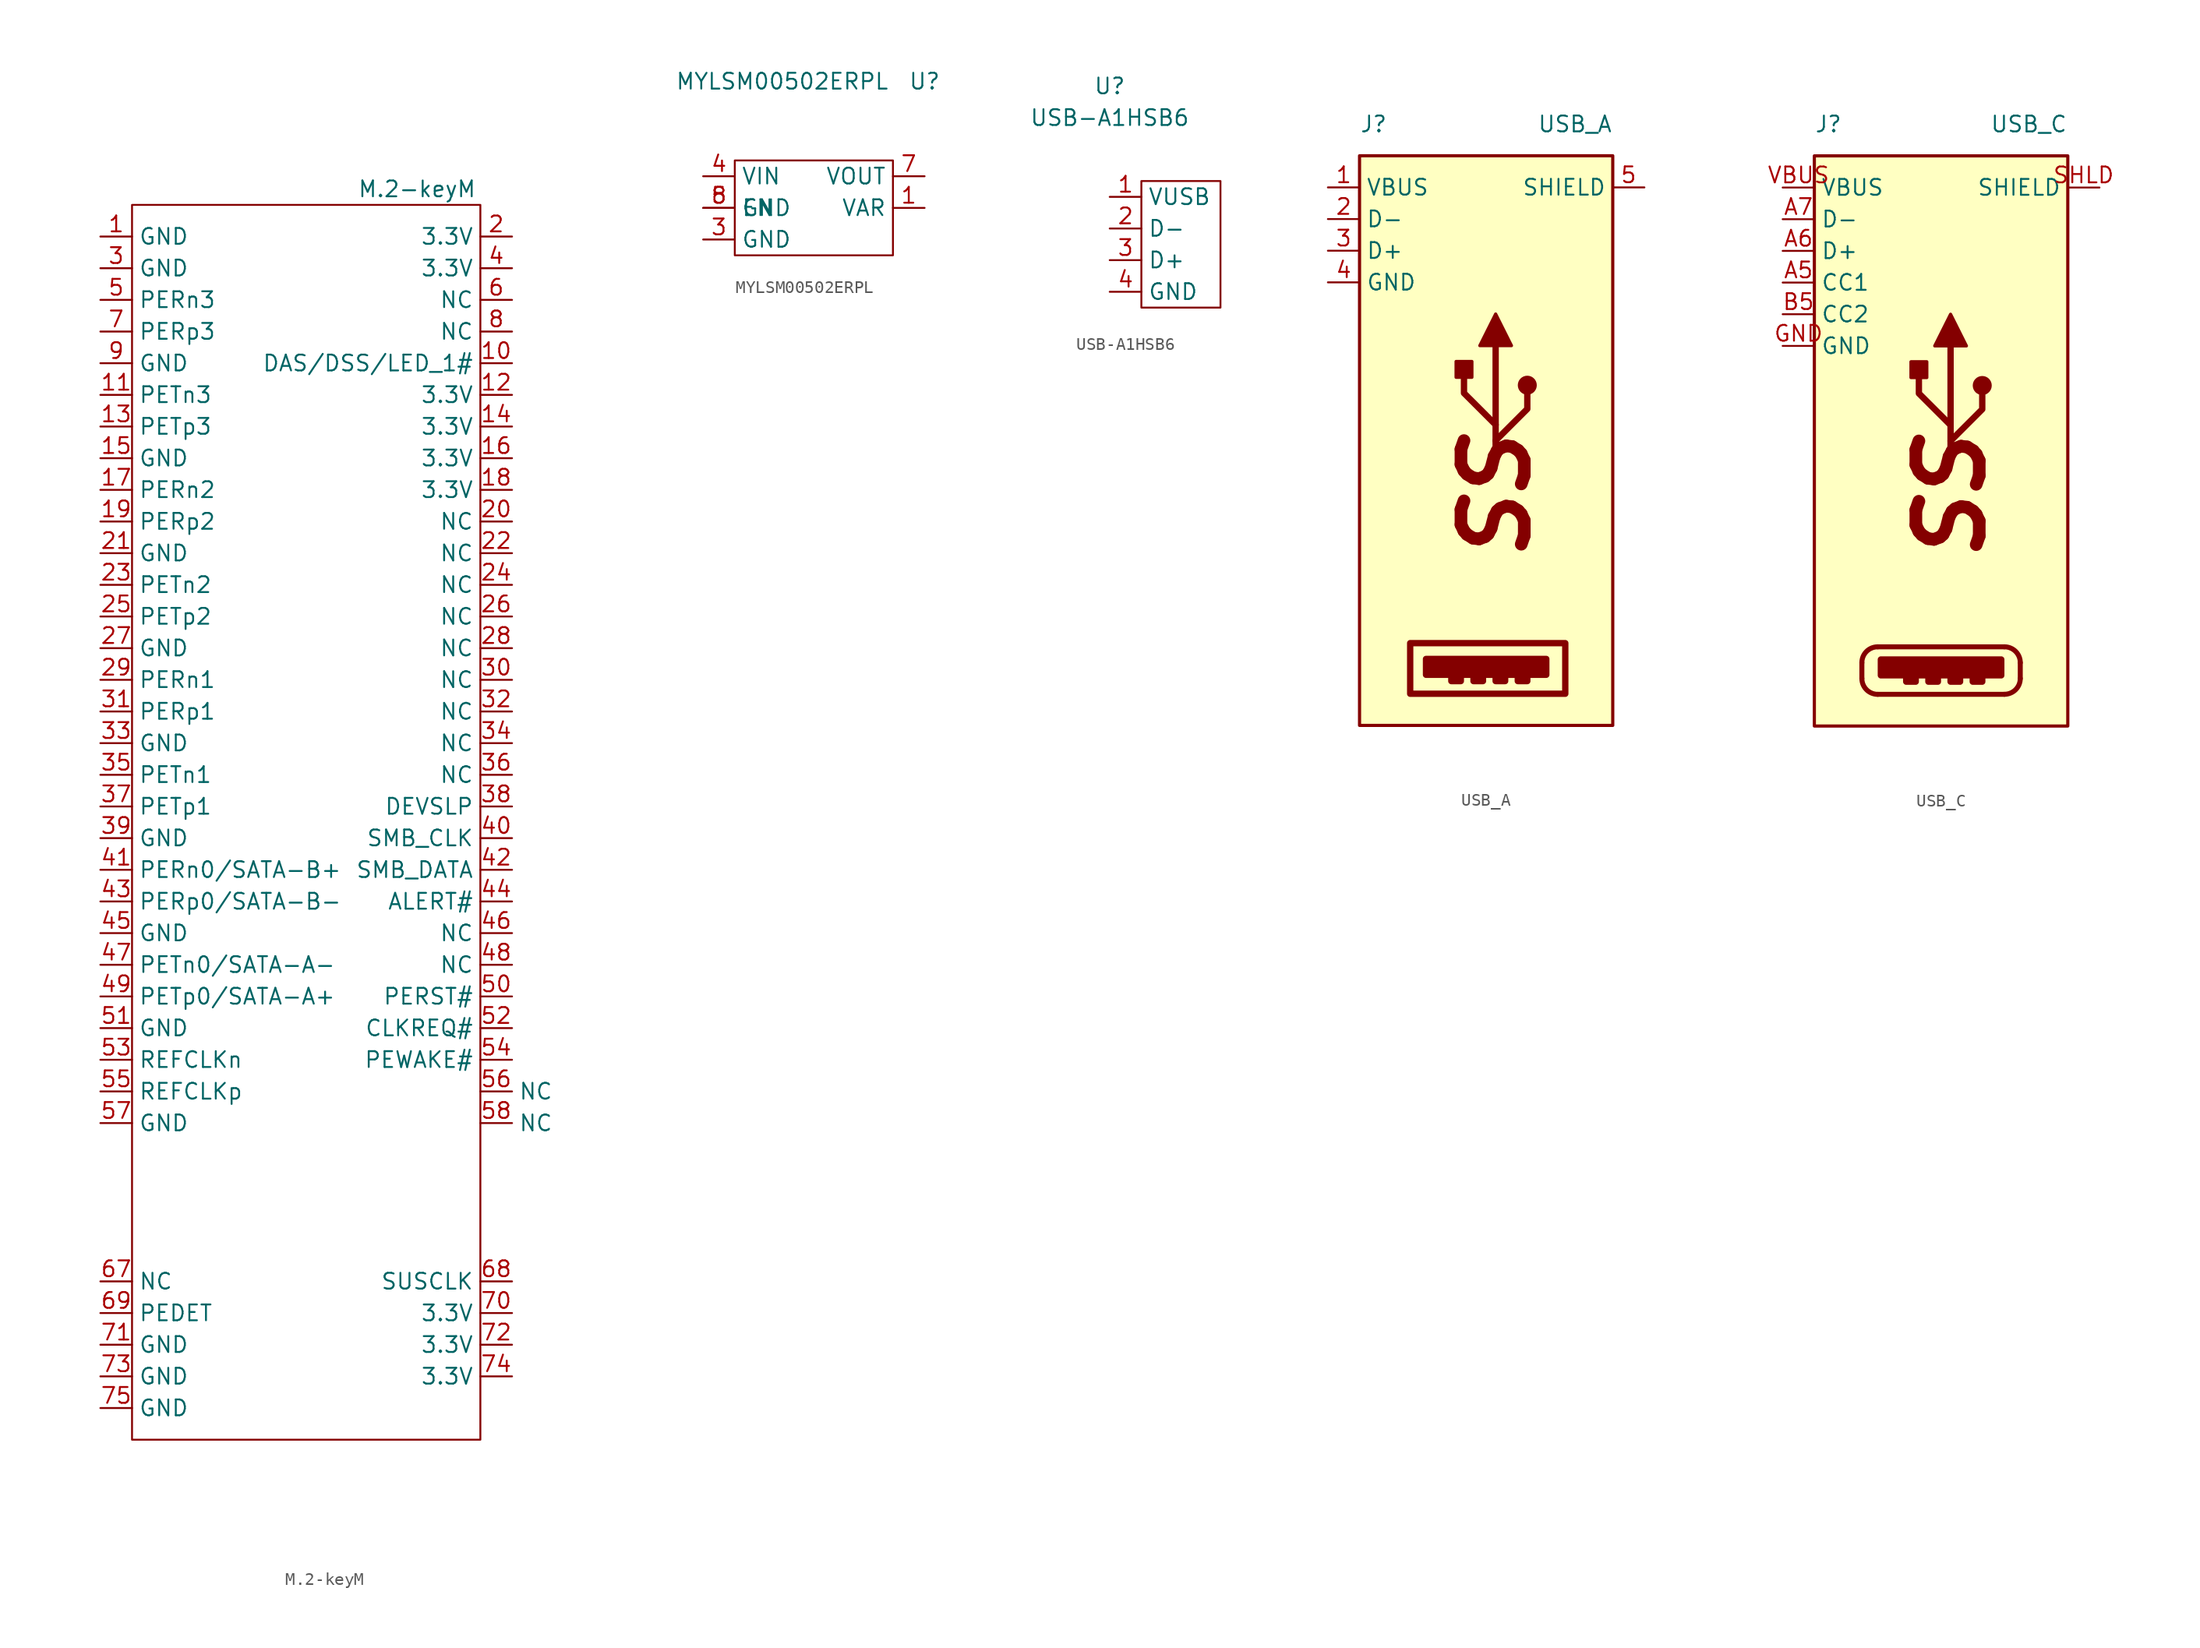
<source format=kicad_sym>
(kicad_symbol_lib
  (version 20201005)
  (generator kicad_symbol_editor)
  (symbol "cm4crypto:M.2-keyM"
    (property "Reference" "U"
      (at -16.51 -1.27 0)
      (effects (font (size 1.27 1.27)) hide))
    (property "Value" "M.2-keyM"
      (at 5.08 -1.27 0)
      (effects (font (size 1.27 1.27))))
    (symbol "M.2-keyM_0_0"
      (pin passive line (at 12.7 -15.24 180) (length 2.54) (name "DAS/DSS/LED_1#" (effects (font (size 1.27 1.27)))) (number "10" (effects (font (size 1.27 1.27)))))
      (pin passive line (at -20.32 -17.78 0) (length 2.54) (name "PETn3" (effects (font (size 1.27 1.27)))) (number "11" (effects (font (size 1.27 1.27)))))
      (pin power_in line (at 12.7 -17.78 180) (length 2.54) (name "3.3V" (effects (font (size 1.27 1.27)))) (number "12" (effects (font (size 1.27 1.27)))))
      (pin passive line (at -20.32 -20.32 0) (length 2.54) (name "PETp3" (effects (font (size 1.27 1.27)))) (number "13" (effects (font (size 1.27 1.27)))))
      (pin power_in line (at 12.7 -20.32 180) (length 2.54) (name "3.3V" (effects (font (size 1.27 1.27)))) (number "14" (effects (font (size 1.27 1.27)))))
      (pin power_in line (at -20.32 -22.86 0) (length 2.54) (name "GND" (effects (font (size 1.27 1.27)))) (number "15" (effects (font (size 1.27 1.27)))))
      (pin power_in line (at 12.7 -22.86 180) (length 2.54) (name "3.3V" (effects (font (size 1.27 1.27)))) (number "16" (effects (font (size 1.27 1.27)))))
      (pin passive line (at -20.32 -25.4 0) (length 2.54) (name "PERn2" (effects (font (size 1.27 1.27)))) (number "17" (effects (font (size 1.27 1.27)))))
      (pin power_in line (at 12.7 -25.4 180) (length 2.54) (name "3.3V" (effects (font (size 1.27 1.27)))) (number "18" (effects (font (size 1.27 1.27)))))
      (pin passive line (at -20.32 -27.94 0) (length 2.54) (name "PERp2" (effects (font (size 1.27 1.27)))) (number "19" (effects (font (size 1.27 1.27)))))
      (pin free line (at 12.7 -27.94 180) (length 2.54) (name "NC" (effects (font (size 1.27 1.27)))) (number "20" (effects (font (size 1.27 1.27)))))
      (pin power_in line (at -20.32 -30.48 0) (length 2.54) (name "GND" (effects (font (size 1.27 1.27)))) (number "21" (effects (font (size 1.27 1.27)))))
      (pin free line (at 12.7 -30.48 180) (length 2.54) (name "NC" (effects (font (size 1.27 1.27)))) (number "22" (effects (font (size 1.27 1.27)))))
      (pin passive line (at -20.32 -33.02 0) (length 2.54) (name "PETn2" (effects (font (size 1.27 1.27)))) (number "23" (effects (font (size 1.27 1.27)))))
      (pin free line (at 12.7 -33.02 180) (length 2.54) (name "NC" (effects (font (size 1.27 1.27)))) (number "24" (effects (font (size 1.27 1.27)))))
      (pin passive line (at -20.32 -35.56 0) (length 2.54) (name "PETp2" (effects (font (size 1.27 1.27)))) (number "25" (effects (font (size 1.27 1.27)))))
      (pin free line (at 12.7 -35.56 180) (length 2.54) (name "NC" (effects (font (size 1.27 1.27)))) (number "26" (effects (font (size 1.27 1.27)))))
      (pin power_in line (at -20.32 -38.1 0) (length 2.54) (name "GND" (effects (font (size 1.27 1.27)))) (number "27" (effects (font (size 1.27 1.27)))))
      (pin free line (at 12.7 -38.1 180) (length 2.54) (name "NC" (effects (font (size 1.27 1.27)))) (number "28" (effects (font (size 1.27 1.27)))))
      (pin passive line (at -20.32 -40.64 0) (length 2.54) (name "PERn1" (effects (font (size 1.27 1.27)))) (number "29" (effects (font (size 1.27 1.27)))))
      (pin power_in line (at -20.32 -7.62 0) (length 2.54) (name "GND" (effects (font (size 1.27 1.27)))) (number "3" (effects (font (size 1.27 1.27)))))
      (pin free line (at 12.7 -40.64 180) (length 2.54) (name "NC" (effects (font (size 1.27 1.27)))) (number "30" (effects (font (size 1.27 1.27)))))
      (pin passive line (at -20.32 -43.18 0) (length 2.54) (name "PERp1" (effects (font (size 1.27 1.27)))) (number "31" (effects (font (size 1.27 1.27)))))
      (pin free line (at 12.7 -43.18 180) (length 2.54) (name "NC" (effects (font (size 1.27 1.27)))) (number "32" (effects (font (size 1.27 1.27)))))
      (pin power_in line (at -20.32 -45.72 0) (length 2.54) (name "GND" (effects (font (size 1.27 1.27)))) (number "33" (effects (font (size 1.27 1.27)))))
      (pin free line (at 12.7 -45.72 180) (length 2.54) (name "NC" (effects (font (size 1.27 1.27)))) (number "34" (effects (font (size 1.27 1.27)))))
      (pin passive line (at -20.32 -48.26 0) (length 2.54) (name "PETn1" (effects (font (size 1.27 1.27)))) (number "35" (effects (font (size 1.27 1.27)))))
      (pin free line (at 12.7 -48.26 180) (length 2.54) (name "NC" (effects (font (size 1.27 1.27)))) (number "36" (effects (font (size 1.27 1.27)))))
      (pin passive line (at -20.32 -50.8 0) (length 2.54) (name "PETp1" (effects (font (size 1.27 1.27)))) (number "37" (effects (font (size 1.27 1.27)))))
      (pin passive line (at 12.7 -50.8 180) (length 2.54) (name "DEVSLP" (effects (font (size 1.27 1.27)))) (number "38" (effects (font (size 1.27 1.27)))))
      (pin passive line (at -20.32 -53.34 0) (length 2.54) (name "GND" (effects (font (size 1.27 1.27)))) (number "39" (effects (font (size 1.27 1.27)))))
      (pin power_in line (at 12.7 -7.62 180) (length 2.54) (name "3.3V" (effects (font (size 1.27 1.27)))) (number "4" (effects (font (size 1.27 1.27)))))
      (pin passive line (at 12.7 -53.34 180) (length 2.54) (name "SMB_CLK" (effects (font (size 1.27 1.27)))) (number "40" (effects (font (size 1.27 1.27)))))
      (pin passive line (at -20.32 -55.88 0) (length 2.54) (name "PERn0/SATA-B+" (effects (font (size 1.27 1.27)))) (number "41" (effects (font (size 1.27 1.27)))))
      (pin passive line (at 12.7 -55.88 180) (length 2.54) (name "SMB_DATA" (effects (font (size 1.27 1.27)))) (number "42" (effects (font (size 1.27 1.27)))))
      (pin passive line (at -20.32 -58.42 0) (length 2.54) (name "PERp0/SATA-B-" (effects (font (size 1.27 1.27)))) (number "43" (effects (font (size 1.27 1.27)))))
      (pin passive line (at 12.7 -58.42 180) (length 2.54) (name "ALERT#" (effects (font (size 1.27 1.27)))) (number "44" (effects (font (size 1.27 1.27)))))
      (pin power_in line (at -20.32 -60.96 0) (length 2.54) (name "GND" (effects (font (size 1.27 1.27)))) (number "45" (effects (font (size 1.27 1.27)))))
      (pin free line (at 12.7 -60.96 180) (length 2.54) (name "NC" (effects (font (size 1.27 1.27)))) (number "46" (effects (font (size 1.27 1.27)))))
      (pin passive line (at -20.32 -63.5 0) (length 2.54) (name "PETn0/SATA-A-" (effects (font (size 1.27 1.27)))) (number "47" (effects (font (size 1.27 1.27)))))
      (pin free line (at 12.7 -63.5 180) (length 2.54) (name "NC" (effects (font (size 1.27 1.27)))) (number "48" (effects (font (size 1.27 1.27)))))
      (pin passive line (at -20.32 -66.04 0) (length 2.54) (name "PETp0/SATA-A+" (effects (font (size 1.27 1.27)))) (number "49" (effects (font (size 1.27 1.27)))))
      (pin passive line (at -20.32 -10.16 0) (length 2.54) (name "PERn3" (effects (font (size 1.27 1.27)))) (number "5" (effects (font (size 1.27 1.27)))))
      (pin passive line (at 12.7 -66.04 180) (length 2.54) (name "PERST#" (effects (font (size 1.27 1.27)))) (number "50" (effects (font (size 1.27 1.27)))))
      (pin power_in line (at -20.32 -68.58 0) (length 2.54) (name "GND" (effects (font (size 1.27 1.27)))) (number "51" (effects (font (size 1.27 1.27)))))
      (pin passive line (at 12.7 -68.58 180) (length 2.54) (name "CLKREQ#" (effects (font (size 1.27 1.27)))) (number "52" (effects (font (size 1.27 1.27)))))
      (pin passive line (at -20.32 -71.12 0) (length 2.54) (name "REFCLKn" (effects (font (size 1.27 1.27)))) (number "53" (effects (font (size 1.27 1.27)))))
      (pin passive line (at 12.7 -71.12 180) (length 2.54) (name "PEWAKE#" (effects (font (size 1.27 1.27)))) (number "54" (effects (font (size 1.27 1.27)))))
      (pin passive line (at -20.32 -73.66 0) (length 2.54) (name "REFCLKp" (effects (font (size 1.27 1.27)))) (number "55" (effects (font (size 1.27 1.27)))))
      (pin free line (at 10.16 -73.66 0) (length 2.54) (name "NC" (effects (font (size 1.27 1.27)))) (number "56" (effects (font (size 1.27 1.27)))))
      (pin power_in line (at -20.32 -76.2 0) (length 2.54) (name "GND" (effects (font (size 1.27 1.27)))) (number "57" (effects (font (size 1.27 1.27)))))
      (pin free line (at 10.16 -76.2 0) (length 2.54) (name "NC" (effects (font (size 1.27 1.27)))) (number "58" (effects (font (size 1.27 1.27)))))
      (pin free line (at 12.7 -10.16 180) (length 2.54) (name "NC" (effects (font (size 1.27 1.27)))) (number "6" (effects (font (size 1.27 1.27)))))
      (pin free line (at -20.32 -88.9 0) (length 2.54) (name "NC" (effects (font (size 1.27 1.27)))) (number "67" (effects (font (size 1.27 1.27)))))
      (pin passive line (at 12.7 -88.9 180) (length 2.54) (name "SUSCLK" (effects (font (size 1.27 1.27)))) (number "68" (effects (font (size 1.27 1.27)))))
      (pin passive line (at -20.32 -91.44 0) (length 2.54) (name "PEDET" (effects (font (size 1.27 1.27)))) (number "69" (effects (font (size 1.27 1.27)))))
      (pin passive line (at -20.32 -12.7 0) (length 2.54) (name "PERp3" (effects (font (size 1.27 1.27)))) (number "7" (effects (font (size 1.27 1.27)))))
      (pin power_in line (at 12.7 -91.44 180) (length 2.54) (name "3.3V" (effects (font (size 1.27 1.27)))) (number "70" (effects (font (size 1.27 1.27)))))
      (pin power_in line (at -20.32 -93.98 0) (length 2.54) (name "GND" (effects (font (size 1.27 1.27)))) (number "71" (effects (font (size 1.27 1.27)))))
      (pin power_in line (at 12.7 -93.98 180) (length 2.54) (name "3.3V" (effects (font (size 1.27 1.27)))) (number "72" (effects (font (size 1.27 1.27)))))
      (pin power_in line (at -20.32 -96.52 0) (length 2.54) (name "GND" (effects (font (size 1.27 1.27)))) (number "73" (effects (font (size 1.27 1.27)))))
      (pin power_in line (at 12.7 -96.52 180) (length 2.54) (name "3.3V" (effects (font (size 1.27 1.27)))) (number "74" (effects (font (size 1.27 1.27)))))
      (pin power_in line (at -20.32 -99.06 0) (length 2.54) (name "GND" (effects (font (size 1.27 1.27)))) (number "75" (effects (font (size 1.27 1.27)))))
      (pin free line (at 12.7 -12.7 180) (length 2.54) (name "NC" (effects (font (size 1.27 1.27)))) (number "8" (effects (font (size 1.27 1.27)))))
      (pin power_in line (at -20.32 -15.24 0) (length 2.54) (name "GND" (effects (font (size 1.27 1.27)))) (number "9" (effects (font (size 1.27 1.27))))))
    (symbol "M.2-keyM_0_1"
      (rectangle (start -17.78 -2.54) (end 10.16 -101.6) (stroke (width 0.152)) (fill (type none))))
    (symbol "M.2-keyM_1_1"
      (pin power_in line (at -20.32 -5.08 0) (length 2.54) (name "GND" (effects (font (size 1.27 1.27)))) (number "1" (effects (font (size 1.27 1.27)))))
      (pin power_in line (at 12.7 -5.08 180) (length 2.54) (name "3.3V" (effects (font (size 1.27 1.27)))) (number "2" (effects (font (size 1.27 1.27)))))))
  (symbol "cm4crypto:MYLSM00502ERPL"
    (property "Reference" "U"
      (at 8.89 10.16 0)
      (effects (font (size 1.27 1.27))))
    (property "Value" "MYLSM00502ERPL"
      (at -2.54 10.16 0)
      (effects (font (size 1.27 1.27))))
    (symbol "MYLSM00502ERPL_0_0"
      (pin passive line (at 8.89 0 180) (length 2.54) (name "VAR" (effects (font (size 1.27 1.27)))) (number "1" (effects (font (size 1.27 1.27)))))
      (pin power_in line (at -8.89 -2.54 0) (length 2.54) hide (name "GND" (effects (font (size 1.27 1.27)))) (number "2" (effects (font (size 1.27 1.27)))))
      (pin power_in line (at -8.89 -2.54 0) (length 2.54) (name "GND" (effects (font (size 1.27 1.27)))) (number "3" (effects (font (size 1.27 1.27)))))
      (pin input line (at -8.89 0 0) (length 2.54) (name "EN" (effects (font (size 1.27 1.27)))) (number "5" (effects (font (size 1.27 1.27)))))
      (pin power_in line (at -8.89 -2.54 0) (length 2.54) hide (name "GND" (effects (font (size 1.27 1.27)))) (number "6" (effects (font (size 1.27 1.27)))))
      (pin power_out line (at 8.89 2.54 180) (length 2.54) (name "VOUT" (effects (font (size 1.27 1.27)))) (number "7" (effects (font (size 1.27 1.27)))))
      (pin power_in line (at -8.89 0 0) (length 2.54) (name "GND" (effects (font (size 1.27 1.27)))) (number "8" (effects (font (size 1.27 1.27)))))
      (pin power_in line (at -8.89 -2.54 0) (length 2.54) hide (name "GND" (effects (font (size 1.27 1.27)))) (number "9" (effects (font (size 1.27 1.27))))))
    (symbol "MYLSM00502ERPL_0_1"
      (rectangle (start -6.35 3.81) (end 6.35 -3.81) (stroke (width 0.152)) (fill (type none))))
    (symbol "MYLSM00502ERPL_1_1"
      (pin power_in line (at -8.89 2.54 0) (length 2.54) (name "VIN" (effects (font (size 1.27 1.27)))) (number "4" (effects (font (size 1.27 1.27)))))))
  (symbol "cm4crypto:USB-A1HSB6"
    (property "Reference" "U"
      (at 0 0 0)
      (effects (font (size 1.27 1.27))))
    (property "Value" "USB-A1HSB6"
      (at 0 -2.54 0)
      (effects (font (size 1.27 1.27))))
    (symbol "USB-A1HSB6_0_1"
      (rectangle (start 2.54 -7.62) (end 8.89 -17.78) (stroke (width 0.152)) (fill (type none))))
    (symbol "USB-A1HSB6_1_1"
      (pin power_in line (at 0 -8.89 0) (length 2.54) (name "VUSB" (effects (font (size 1.27 1.27)))) (number "1" (effects (font (size 1.27 1.27)))))
      (pin bidirectional line (at 0 -11.43 0) (length 2.54) (name "D-" (effects (font (size 1.27 1.27)))) (number "2" (effects (font (size 1.27 1.27)))))
      (pin bidirectional line (at 0 -13.97 0) (length 2.54) (name "D+" (effects (font (size 1.27 1.27)))) (number "3" (effects (font (size 1.27 1.27)))))
      (pin power_in line (at 0 -16.51 0) (length 2.54) (name "GND" (effects (font (size 1.27 1.27)))) (number "4" (effects (font (size 1.27 1.27)))))))
  (symbol "cm4crypto:USB_A"
    (property "Reference" "J"
      (at -11.43 29.21 0)
      (effects (font (size 1.27 1.27)) (justify left)))
    (property "Value" "USB_A"
      (at 8.89 29.21 0)
      (effects (font (size 1.27 1.27)) (justify right)))
    (symbol "USB_A_1_1"
      (circle (center 2.032 8.255) (radius 0.635) (stroke (width 0.254)) (fill (type outline)))
      (text "SS" (at -0.508 -0.635 900) (effects (font (size 5.08 5.08) bold italic)))
      (rectangle (start -7.366 -12.446) (end 5.08 -16.51) (stroke (width 0.508)) (fill (type none)))
      (rectangle (start -4.064 -15.24) (end -3.302 -15.494) (stroke (width 0.508)) (fill (type none)))
      (rectangle (start -2.286 -15.24) (end -1.524 -15.494) (stroke (width 0.508)) (fill (type none)))
      (rectangle (start -0.508 -15.24) (end 0.254 -15.494) (stroke (width 0.508)) (fill (type none)))
      (rectangle (start 1.27 -15.24) (end 2.032 -15.494) (stroke (width 0.508)) (fill (type none)))
      (rectangle (start -6.096 -13.716) (end 3.556 -14.986) (stroke (width 0.508)) (fill (type outline)))
      (rectangle (start -2.413 8.89) (end -3.683 10.16) (stroke (width 0.254)) (fill (type outline)))
      (rectangle (start -11.43 26.67) (end 8.89 -19.05) (stroke (width 0.254)) (fill (type background)))
      (polyline (pts (xy -0.508 2.54) (xy -0.508 11.43)) (stroke (width 0.508)) (fill (type none)))
      (polyline (pts (xy -0.508 3.81) (xy 2.032 6.35) (xy 2.032 7.62)) (stroke (width 0.508)) (fill (type none)))
      (polyline (pts (xy -0.508 5.08) (xy -3.048 7.62) (xy -3.048 8.89)) (stroke (width 0.508)) (fill (type none)))
      (polyline (pts (xy 0.762 11.43) (xy -0.508 13.97) (xy -1.778 11.43) (xy 0.762 11.43)) (stroke (width 0.254)) (fill (type outline)))
      (pin power_in line (at -13.97 24.13 0) (length 2.54) (name "VBUS" (effects (font (size 1.27 1.27)))) (number "1" (effects (font (size 1.27 1.27)))))
      (pin bidirectional line (at -13.97 21.59 0) (length 2.54) (name "D-" (effects (font (size 1.27 1.27)))) (number "2" (effects (font (size 1.27 1.27)))))
      (pin bidirectional line (at -13.97 19.05 0) (length 2.54) (name "D+" (effects (font (size 1.27 1.27)))) (number "3" (effects (font (size 1.27 1.27)))))
      (pin power_in line (at -13.97 16.51 0) (length 2.54) (name "GND" (effects (font (size 1.27 1.27)))) (number "4" (effects (font (size 1.27 1.27)))))
      (pin passive line (at 11.43 24.13 180) (length 2.54) (name "SHIELD" (effects (font (size 1.27 1.27)))) (number "5" (effects (font (size 1.27 1.27)))))))
  (symbol "cm4crypto:USB_C"
    (property "Reference" "J"
      (at -11.43 29.21 0)
      (effects (font (size 1.27 1.27)) (justify left)))
    (property "Value" "USB_C"
      (at 8.89 29.21 0)
      (effects (font (size 1.27 1.27)) (justify right)))
    (symbol "USB_C_0_0"
      (pin bidirectional line (at -13.97 19.05 0) (length 2.54) hide (name "D+" (effects (font (size 1.27 1.27)))) (number "B6" (effects (font (size 1.27 1.27)))))
      (pin bidirectional line (at -13.97 21.59 0) (length 2.54) hide (name "D-" (effects (font (size 1.27 1.27)))) (number "B7" (effects (font (size 1.27 1.27)))))
      (pin power_in line (at -13.97 11.43 0) (length 2.54) hide (name "GND" (effects (font (size 1.27 1.27)))) (number "GND" (effects (font (size 1.27 1.27)))))
      (pin power_in line (at -13.97 24.13 0) (length 2.54) hide (name "VBUS" (effects (font (size 1.27 1.27)))) (number "VBUS" (effects (font (size 1.27 1.27))))))
    (symbol "USB_C_0_1"
      (arc (start -7.62 -15.24) (end -6.35 -16.51) (radius (at -6.35 -15.24) (length 1.27) (angles 180 -90)) (stroke (width 0.4)) (fill (type none)))
      (arc (start -6.35 -12.7) (end -7.62 -13.97) (radius (at -6.35 -13.97) (length 1.27) (angles 90 180)) (stroke (width 0.4)) (fill (type none)))
      (arc (start 3.81 -16.51) (end 5.08 -15.24) (radius (at 3.81 -15.24) (length 1.27) (angles -90 0)) (stroke (width 0.4)) (fill (type none)))
      (arc (start 5.08 -13.97) (end 3.81 -12.7) (radius (at 3.81 -13.97) (length 1.27) (angles 0 90)) (stroke (width 0.4)) (fill (type none)))
      (polyline (pts (xy -7.62 -15.24) (xy -7.62 -13.97)) (stroke (width 0.4)) (fill (type none)))
      (polyline (pts (xy -6.35 -12.7) (xy 3.81 -12.7)) (stroke (width 0.4)) (fill (type none)))
      (polyline (pts (xy 3.81 -16.51) (xy -6.35 -16.51)) (stroke (width 0.4)) (fill (type none)))
      (polyline (pts (xy 5.08 -13.97) (xy 5.08 -15.24)) (stroke (width 0.4)) (fill (type none))))
    (symbol "USB_C_1_1"
      (circle (center 2.032 8.255) (radius 0.635) (stroke (width 0.254)) (fill (type outline)))
      (text "SS" (at -0.508 -0.635 900) (effects (font (size 5.08 5.08) bold italic)))
      (rectangle (start -4.064 -15.24) (end -3.302 -15.494) (stroke (width 0.508)) (fill (type none)))
      (rectangle (start -2.286 -15.24) (end -1.524 -15.494) (stroke (width 0.508)) (fill (type none)))
      (rectangle (start -0.508 -15.24) (end 0.254 -15.494) (stroke (width 0.508)) (fill (type none)))
      (rectangle (start 1.27 -15.24) (end 2.032 -15.494) (stroke (width 0.508)) (fill (type none)))
      (rectangle (start -6.096 -13.716) (end 3.556 -14.986) (stroke (width 0.508)) (fill (type outline)))
      (rectangle (start -2.413 8.89) (end -3.683 10.16) (stroke (width 0.254)) (fill (type outline)))
      (rectangle (start -11.43 26.67) (end 8.89 -19.05) (stroke (width 0.254)) (fill (type background)))
      (polyline (pts (xy -0.508 2.54) (xy -0.508 11.43)) (stroke (width 0.508)) (fill (type none)))
      (polyline (pts (xy -0.508 3.81) (xy 2.032 6.35) (xy 2.032 7.62)) (stroke (width 0.508)) (fill (type none)))
      (polyline (pts (xy -0.508 5.08) (xy -3.048 7.62) (xy -3.048 8.89)) (stroke (width 0.508)) (fill (type none)))
      (polyline (pts (xy 0.762 11.43) (xy -0.508 13.97) (xy -1.778 11.43) (xy 0.762 11.43)) (stroke (width 0.254)) (fill (type outline)))
      (pin passive line (at -13.97 16.51 0) (length 2.54) (name "CC1" (effects (font (size 1.27 1.27)))) (number "A5" (effects (font (size 1.27 1.27)))))
      (pin bidirectional line (at -13.97 19.05 0) (length 2.54) (name "D+" (effects (font (size 1.27 1.27)))) (number "A6" (effects (font (size 1.27 1.27)))))
      (pin bidirectional line (at -13.97 21.59 0) (length 2.54) (name "D-" (effects (font (size 1.27 1.27)))) (number "A7" (effects (font (size 1.27 1.27)))))
      (pin passive line (at -13.97 13.97 0) (length 2.54) (name "CC2" (effects (font (size 1.27 1.27)))) (number "B5" (effects (font (size 1.27 1.27)))))
      (pin power_in line (at -13.97 11.43 0) (length 2.54) (name "GND" (effects (font (size 1.27 1.27)))) (number "GND" (effects (font (size 1.27 1.27)))))
      (pin passive line (at 11.43 24.13 180) (length 2.54) (name "SHIELD" (effects (font (size 1.27 1.27)))) (number "SHLD" (effects (font (size 1.27 1.27)))))
      (pin power_in line (at -13.97 24.13 0) (length 2.54) (name "VBUS" (effects (font (size 1.27 1.27)))) (number "VBUS" (effects (font (size 1.27 1.27))))))))
</source>
